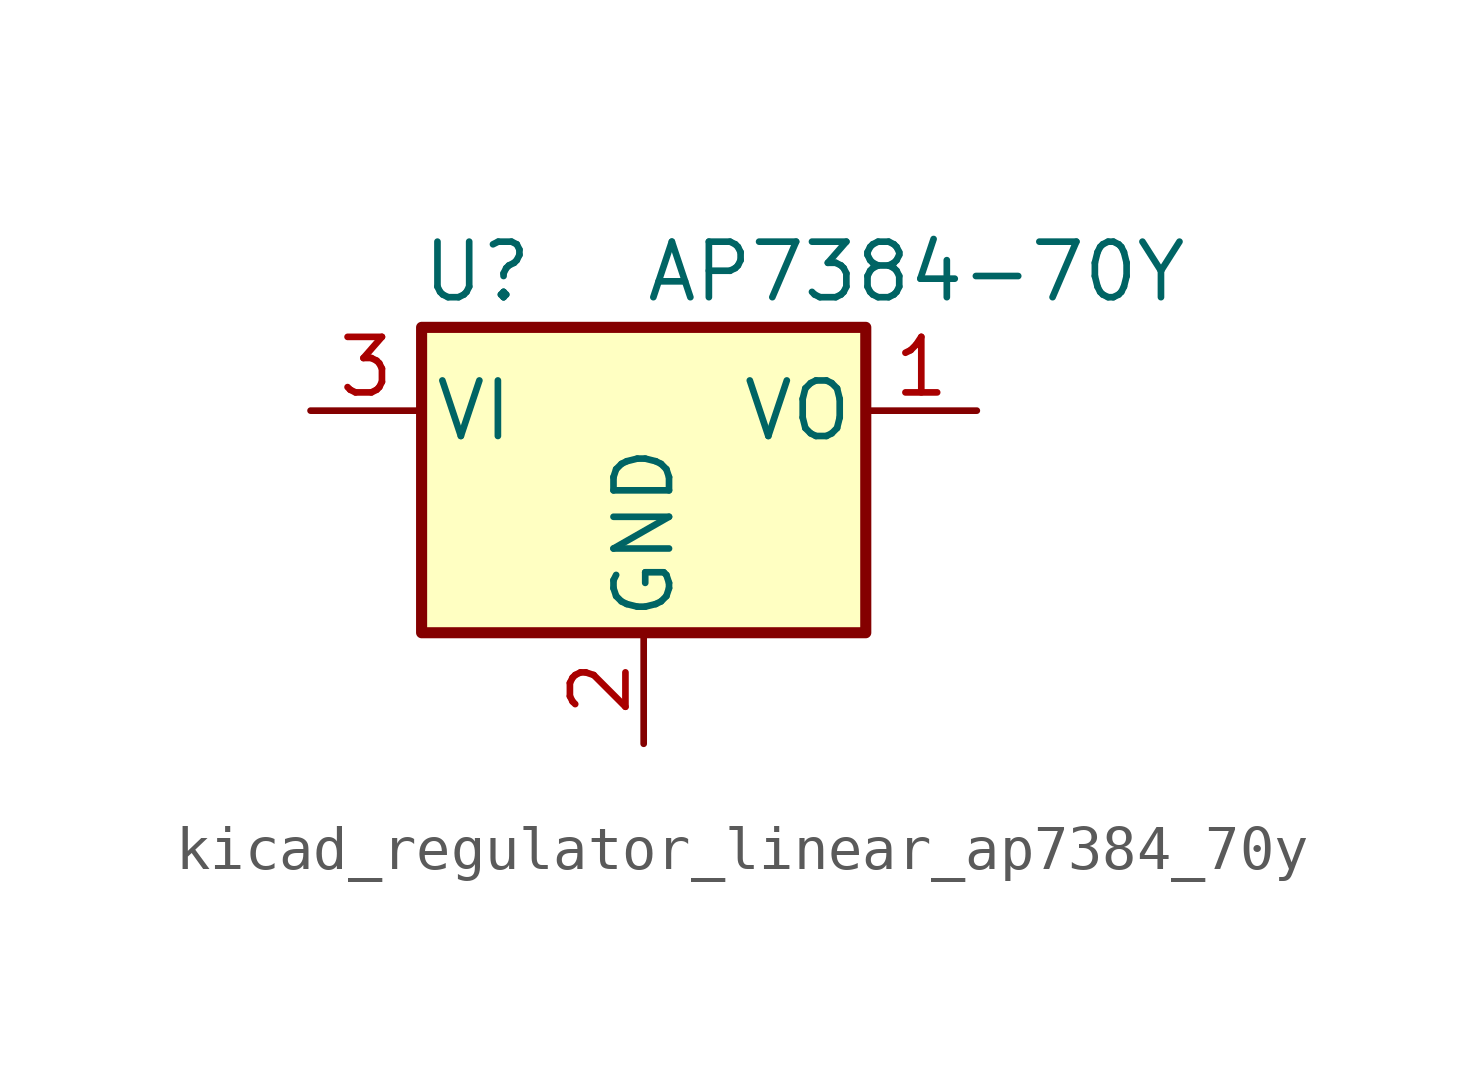
<source format=kicad_sym>
(kicad_symbol_lib
  (version 20220914)
  (generator kicad_symbol_editor)
  (symbol "kicad_regulator_linear_ap7384_70y"
    (pin_names
      (offset 0.254))
    (property "Reference" "U"
      (at -3.81 3.175 0)
      (effects (font (size 1.27 1.27))))
    (property "Value" "AP7384-70Y"
      (at 0 3.175 0)
      (effects (font (size 1.27 1.27)) (justify left)))
    (symbol "kicad_regulator_linear_ap7384_70y_0_1"
      (rectangle (start -5.08 1.905) (end 5.08 -5.08) (stroke (width 0.254) (type default)) (fill (type background))))
    (symbol "kicad_regulator_linear_ap7384_70y_1_1"
      (pin power_out line (at 7.62 0 180) (length 2.54) (name "VO" (effects (font (size 1.27 1.27)))) (number "1" (effects (font (size 1.27 1.27)))))
      (pin power_in line (at 0 -7.62 90) (length 2.54) (name "GND" (effects (font (size 1.27 1.27)))) (number "2" (effects (font (size 1.27 1.27)))))
      (pin power_in line (at -7.62 0 0) (length 2.54) (name "VI" (effects (font (size 1.27 1.27)))) (number "3" (effects (font (size 1.27 1.27))))))))
</source>
